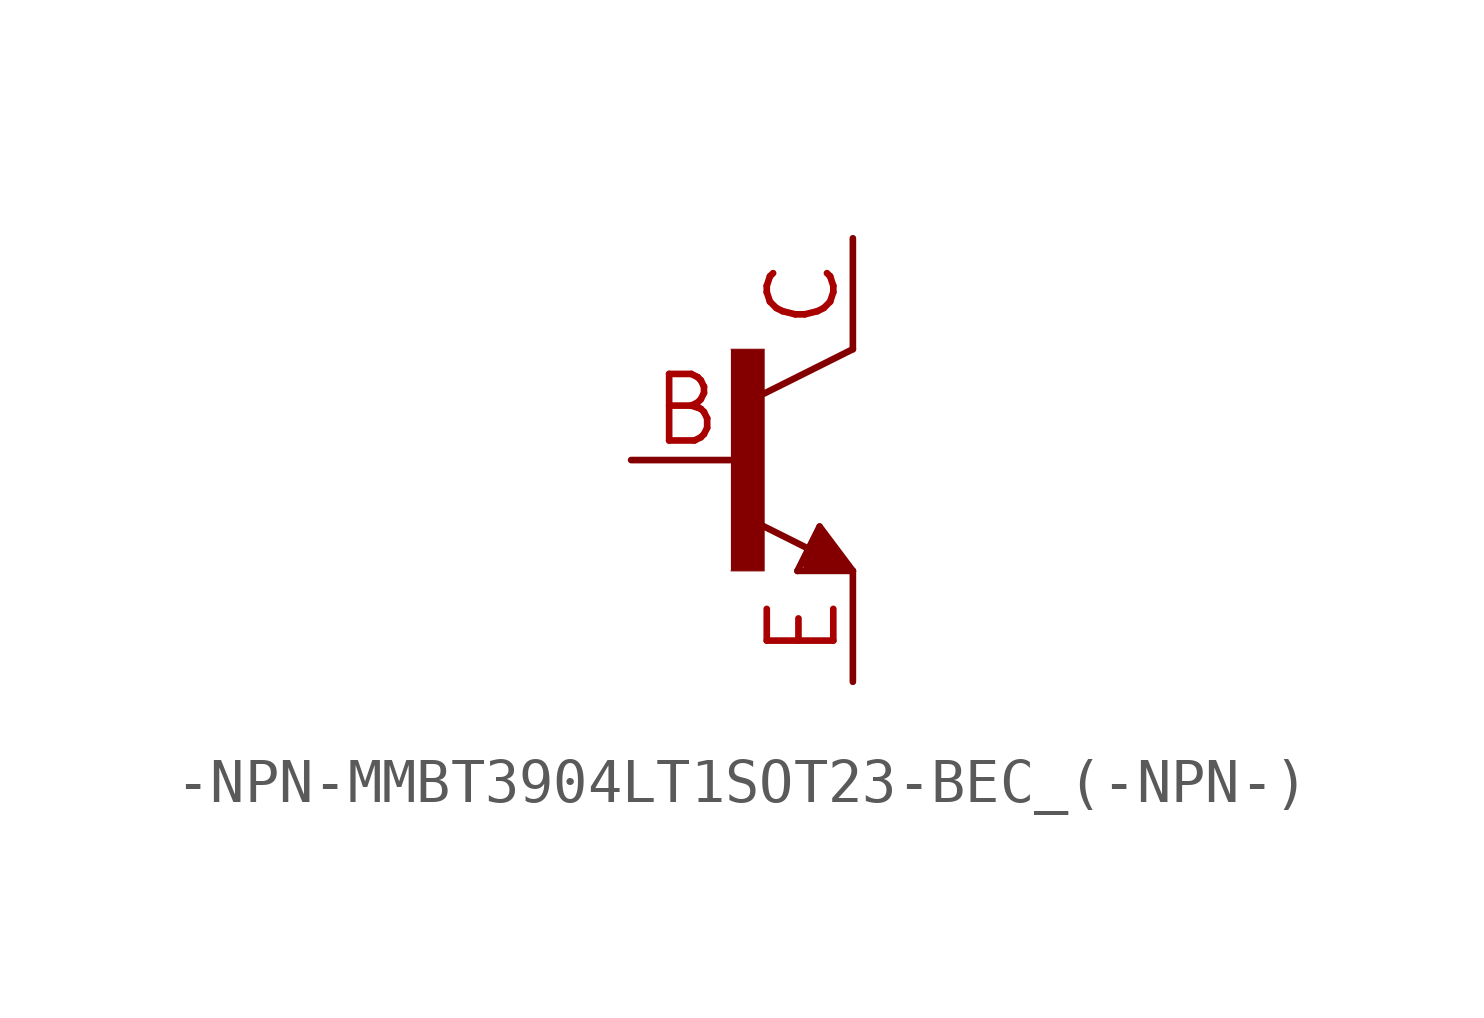
<source format=kicad_sym>
(kicad_symbol_lib
  (version 20241209)
  (generator "kicad_symbol_editor")
  (generator_version "9.0")
  (symbol "-NPN-MMBT3904LT1SOT23-BEC_(-NPN-)"
    (property "Reference" "Q"
      (at 0 0 0)
      (effects (font (size 1.27 1.27)) (hide yes)))
    (property "ki_locked" ""
      (at 0 0 0)
      (effects (font (size 1.27 1.27))))
    (symbol "-NPN-MMBT3904LT1SOT23-BEC_(-NPN-)_1_0"
      (polyline (pts (xy -1.397 2.54) (xy -0.635 2.54) (xy -0.635 -2.54) (xy -1.397 -2.54)) (stroke (width 0.002) (type solid)) (fill (type outline)))
      (polyline (pts (xy 0.127 -2.54) (xy 0.635 -1.524)) (stroke (width 0.152) (type solid)) (fill (type none)))
      (polyline (pts (xy 0.381 -2.286) (xy 0.762 -2.286)) (stroke (width 0.254) (type solid)) (fill (type none)))
      (polyline (pts (xy 0.381 -2.413) (xy 1.143 -2.413)) (stroke (width 0.254) (type solid)) (fill (type none)))
      (polyline (pts (xy 0.397 -2.04) (xy -0.835 -1.424)) (stroke (width 0.152) (type solid)) (fill (type none)))
      (polyline (pts (xy 0.635 -1.524) (xy 1.397 -2.54)) (stroke (width 0.152) (type solid)) (fill (type none)))
      (polyline (pts (xy 0.635 -1.778) (xy 0.381 -2.286)) (stroke (width 0.254) (type solid)) (fill (type none)))
      (polyline (pts (xy 0.762 -2.286) (xy 0.635 -2.032)) (stroke (width 0.254) (type solid)) (fill (type none)))
      (polyline (pts (xy 1.143 -2.413) (xy 0.635 -1.778)) (stroke (width 0.254) (type solid)) (fill (type none)))
      (polyline (pts (xy 1.397 2.54) (xy -0.635 1.524)) (stroke (width 0.152) (type solid)) (fill (type none)))
      (polyline (pts (xy 1.397 -2.54) (xy 0.127 -2.54)) (stroke (width 0.152) (type solid)) (fill (type none)))
      (pin passive line (at -3.683 0 0) (length 2.54) (name "B" (effects (font (size 0 0)))) (number "B" (effects (font (size 1.524 1.524)))))
      (pin passive line (at 1.397 5.08 270) (length 2.54) (name "C" (effects (font (size 0 0)))) (number "C" (effects (font (size 1.524 1.524)))))
      (pin passive line (at 1.397 -5.08 90) (length 2.54) (name "E" (effects (font (size 0 0)))) (number "E" (effects (font (size 1.524 1.524))))))))
</source>
